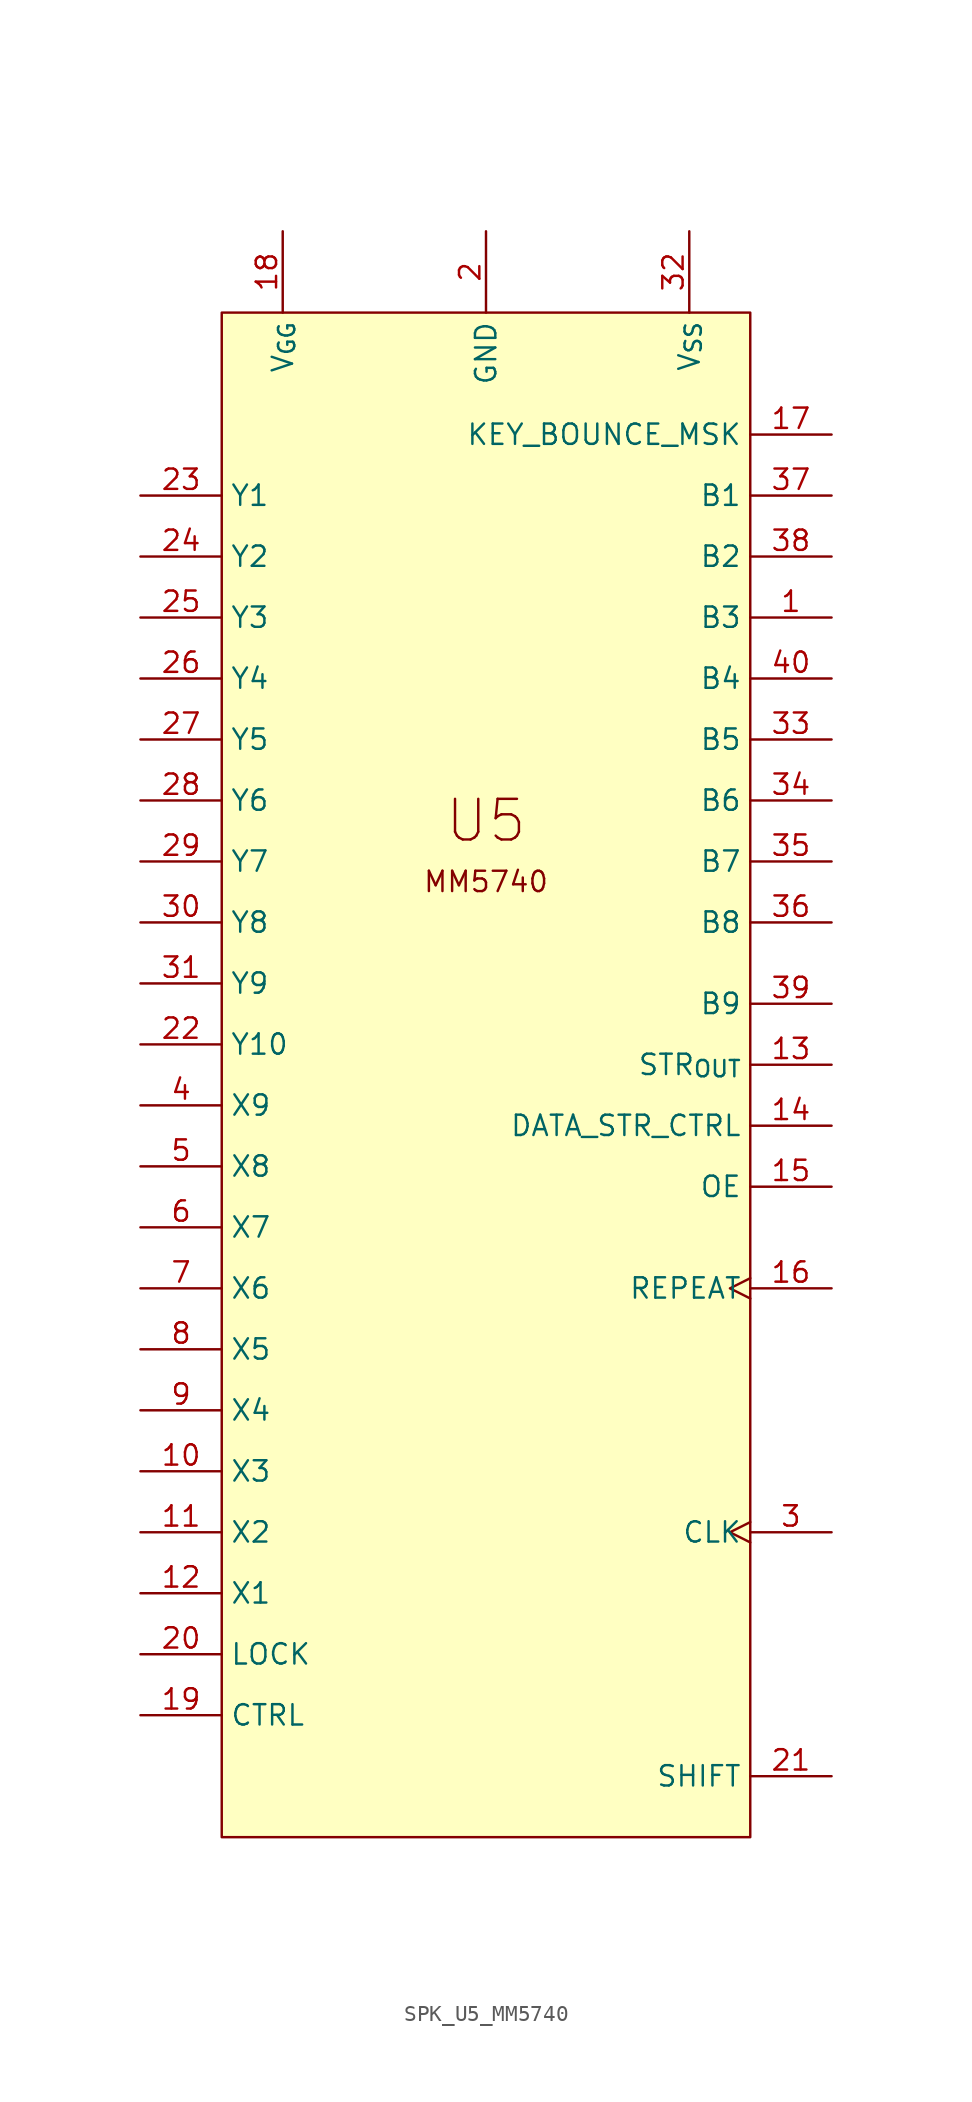
<source format=kicad_sym>
(kicad_symbol_lib
  (version 20211014)
  (generator kicad_symbol_editor)
  (symbol "SPK_U5_MM5740"
    (property "Reference" "U"
      (at -20.32 20.32 0)
      (effects (font (size 1.27 1.27)) hide))
    (symbol "SPK_U5_MM5740_0_0"
      (text "MM5740" (at 16.51 -35.56 0) (effects (font (size 1.27 1.27))))
      (text "U5" (at 16.51 -31.75 0) (effects (font (size 2.54 2.54))))
      (pin passive line (at -5.08 -11.43 0) (length 5.08) (name "Y1" (effects (font (size 1.27 1.27)))) (number "23" (effects (font (size 1.27 1.27))))))
    (symbol "SPK_U5_MM5740_0_1"
      (rectangle (start 0 0) (end 33.02 -95.25) (stroke (width 0) (type default) (color 0 0 0 0)) (fill (type background))))
    (symbol "SPK_U5_MM5740_1_1"
      (pin passive line (at 38.1 -19.05 180) (length 5.08) (name "B3" (effects (font (size 1.27 1.27)))) (number "1" (effects (font (size 1.27 1.27)))))
      (pin passive line (at -5.08 -72.39 0) (length 5.08) (name "X3" (effects (font (size 1.27 1.27)))) (number "10" (effects (font (size 1.27 1.27)))))
      (pin passive line (at -5.08 -76.2 0) (length 5.08) (name "X2" (effects (font (size 1.27 1.27)))) (number "11" (effects (font (size 1.27 1.27)))))
      (pin passive line (at -5.08 -80.01 0) (length 5.08) (name "X1" (effects (font (size 1.27 1.27)))) (number "12" (effects (font (size 1.27 1.27)))))
      (pin passive line (at 38.1 -46.99 180) (length 5.08) (name "STR_{OUT}" (effects (font (size 1.27 1.27)))) (number "13" (effects (font (size 1.27 1.27)))))
      (pin passive line (at 38.1 -50.8 180) (length 5.08) (name "DATA_STR_CTRL" (effects (font (size 1.27 1.27)))) (number "14" (effects (font (size 1.27 1.27)))))
      (pin passive line (at 38.1 -54.61 180) (length 5.08) (name "OE" (effects (font (size 1.27 1.27)))) (number "15" (effects (font (size 1.27 1.27)))))
      (pin passive clock (at 38.1 -60.96 180) (length 5.08) (name "REPEAT" (effects (font (size 1.27 1.27)))) (number "16" (effects (font (size 1.27 1.27)))))
      (pin passive line (at 38.1 -7.62 180) (length 5.08) (name "KEY_BOUNCE_MSK" (effects (font (size 1.27 1.27)))) (number "17" (effects (font (size 1.27 1.27)))))
      (pin passive line (at 3.81 5.08 270) (length 5.08) (name "V_{GG}" (effects (font (size 1.27 1.27)))) (number "18" (effects (font (size 1.27 1.27)))))
      (pin passive line (at -5.08 -87.63 0) (length 5.08) (name "CTRL" (effects (font (size 1.27 1.27)))) (number "19" (effects (font (size 1.27 1.27)))))
      (pin passive line (at 16.51 5.08 270) (length 5.08) (name "GND" (effects (font (size 1.27 1.27)))) (number "2" (effects (font (size 1.27 1.27)))))
      (pin passive line (at -5.08 -83.82 0) (length 5.08) (name "LOCK" (effects (font (size 1.27 1.27)))) (number "20" (effects (font (size 1.27 1.27)))))
      (pin passive line (at 38.1 -91.44 180) (length 5.08) (name "SHIFT" (effects (font (size 1.27 1.27)))) (number "21" (effects (font (size 1.27 1.27)))))
      (pin passive line (at -5.08 -45.72 0) (length 5.08) (name "Y10" (effects (font (size 1.27 1.27)))) (number "22" (effects (font (size 1.27 1.27)))))
      (pin passive line (at -5.08 -15.24 0) (length 5.08) (name "Y2" (effects (font (size 1.27 1.27)))) (number "24" (effects (font (size 1.27 1.27)))))
      (pin passive line (at -5.08 -19.05 0) (length 5.08) (name "Y3" (effects (font (size 1.27 1.27)))) (number "25" (effects (font (size 1.27 1.27)))))
      (pin passive line (at -5.08 -22.86 0) (length 5.08) (name "Y4" (effects (font (size 1.27 1.27)))) (number "26" (effects (font (size 1.27 1.27)))))
      (pin passive line (at -5.08 -26.67 0) (length 5.08) (name "Y5" (effects (font (size 1.27 1.27)))) (number "27" (effects (font (size 1.27 1.27)))))
      (pin passive line (at -5.08 -30.48 0) (length 5.08) (name "Y6" (effects (font (size 1.27 1.27)))) (number "28" (effects (font (size 1.27 1.27)))))
      (pin passive line (at -5.08 -34.29 0) (length 5.08) (name "Y7" (effects (font (size 1.27 1.27)))) (number "29" (effects (font (size 1.27 1.27)))))
      (pin passive clock (at 38.1 -76.2 180) (length 5.08) (name "CLK" (effects (font (size 1.27 1.27)))) (number "3" (effects (font (size 1.27 1.27)))))
      (pin passive line (at -5.08 -38.1 0) (length 5.08) (name "Y8" (effects (font (size 1.27 1.27)))) (number "30" (effects (font (size 1.27 1.27)))))
      (pin passive line (at -5.08 -41.91 0) (length 5.08) (name "Y9" (effects (font (size 1.27 1.27)))) (number "31" (effects (font (size 1.27 1.27)))))
      (pin passive line (at 29.21 5.08 270) (length 5.08) (name "V_{SS}" (effects (font (size 1.27 1.27)))) (number "32" (effects (font (size 1.27 1.27)))))
      (pin passive line (at 38.1 -26.67 180) (length 5.08) (name "B5" (effects (font (size 1.27 1.27)))) (number "33" (effects (font (size 1.27 1.27)))))
      (pin passive line (at 38.1 -30.48 180) (length 5.08) (name "B6" (effects (font (size 1.27 1.27)))) (number "34" (effects (font (size 1.27 1.27)))))
      (pin passive line (at 38.1 -34.29 180) (length 5.08) (name "B7" (effects (font (size 1.27 1.27)))) (number "35" (effects (font (size 1.27 1.27)))))
      (pin passive line (at 38.1 -38.1 180) (length 5.08) (name "B8" (effects (font (size 1.27 1.27)))) (number "36" (effects (font (size 1.27 1.27)))))
      (pin passive line (at 38.1 -11.43 180) (length 5.08) (name "B1" (effects (font (size 1.27 1.27)))) (number "37" (effects (font (size 1.27 1.27)))))
      (pin passive line (at 38.1 -15.24 180) (length 5.08) (name "B2" (effects (font (size 1.27 1.27)))) (number "38" (effects (font (size 1.27 1.27)))))
      (pin passive line (at 38.1 -43.18 180) (length 5.08) (name "B9" (effects (font (size 1.27 1.27)))) (number "39" (effects (font (size 1.27 1.27)))))
      (pin passive line (at -5.08 -49.53 0) (length 5.08) (name "X9" (effects (font (size 1.27 1.27)))) (number "4" (effects (font (size 1.27 1.27)))))
      (pin passive line (at 38.1 -22.86 180) (length 5.08) (name "B4" (effects (font (size 1.27 1.27)))) (number "40" (effects (font (size 1.27 1.27)))))
      (pin passive line (at -5.08 -53.34 0) (length 5.08) (name "X8" (effects (font (size 1.27 1.27)))) (number "5" (effects (font (size 1.27 1.27)))))
      (pin passive line (at -5.08 -57.15 0) (length 5.08) (name "X7" (effects (font (size 1.27 1.27)))) (number "6" (effects (font (size 1.27 1.27)))))
      (pin passive line (at -5.08 -60.96 0) (length 5.08) (name "X6" (effects (font (size 1.27 1.27)))) (number "7" (effects (font (size 1.27 1.27)))))
      (pin passive line (at -5.08 -64.77 0) (length 5.08) (name "X5" (effects (font (size 1.27 1.27)))) (number "8" (effects (font (size 1.27 1.27)))))
      (pin passive line (at -5.08 -68.58 0) (length 5.08) (name "X4" (effects (font (size 1.27 1.27)))) (number "9" (effects (font (size 1.27 1.27))))))))
</source>
